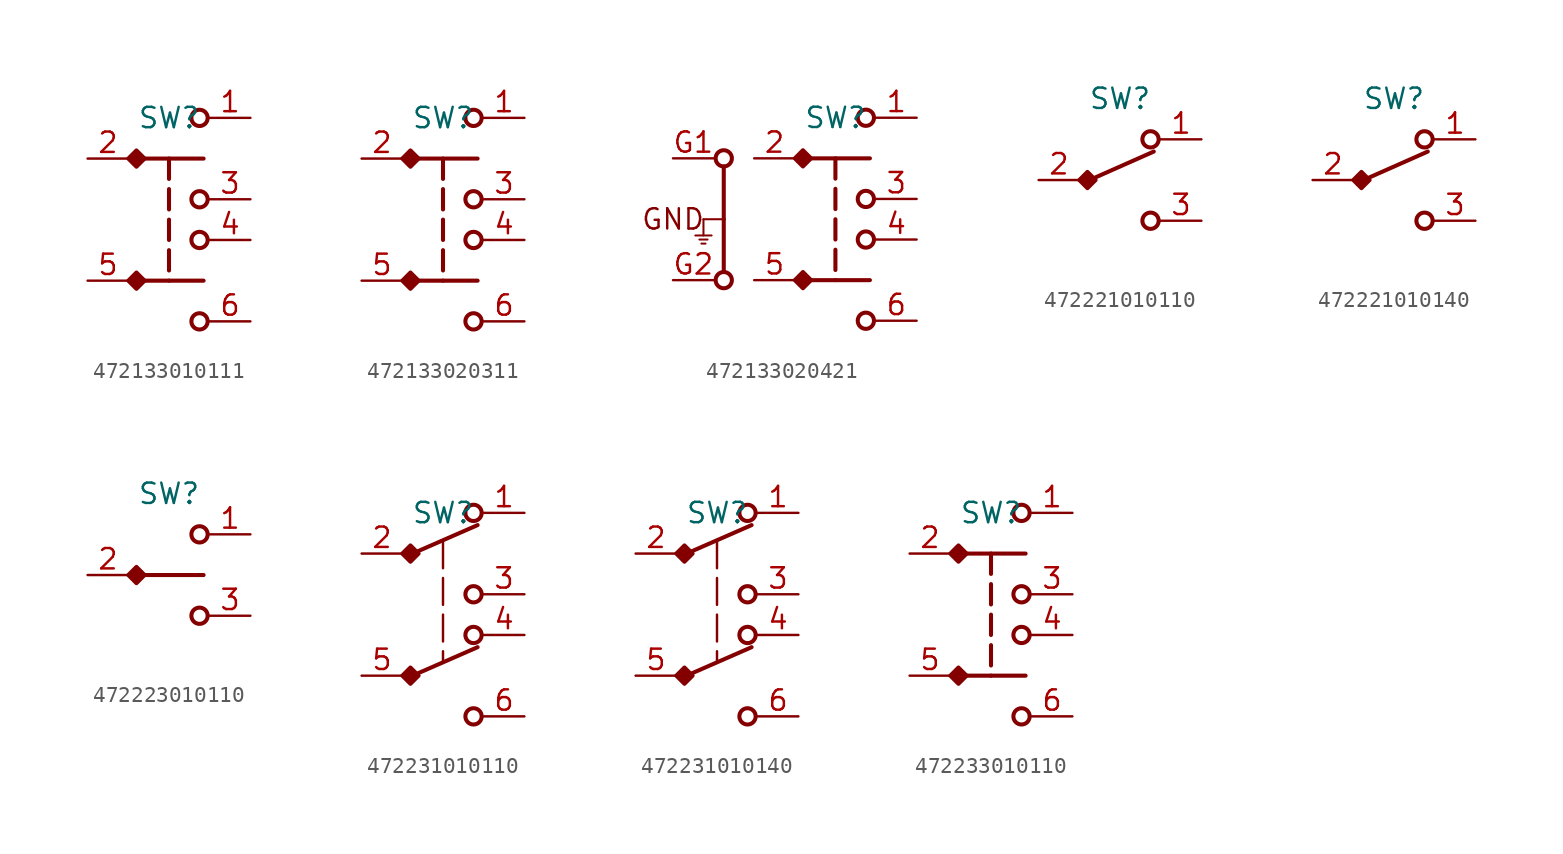
<source format=kicad_sym>
(kicad_symbol_lib
  (version 20220914)
  (generator kicad_symbol_editor)
  (symbol "472133010111"
    (pin_names hide)
    (property "Reference" "SW"
      (at 0 5.08 0)
      (effects (font (size 1.27 1.27))))
    (property "Critical Parameter" ""
      (at 0 -5.08 0)
      (effects (font (size 1.27 1.27))))
    (symbol "472133010111_0_1"
      (polyline (pts (xy -1.905 -5.08) (xy 2.159 -5.08)) (stroke (width 0.254) (type default)) (fill (type none)))
      (polyline (pts (xy -1.905 2.54) (xy 2.159 2.54)) (stroke (width 0.254) (type default)) (fill (type none)))
      (polyline (pts (xy 0 -5.08) (xy 0 -5.08)) (stroke (width 0.254) (type default)) (fill (type none)))
      (polyline (pts (xy 0 -3.175) (xy 0 -4.445)) (stroke (width 0.254) (type default)) (fill (type none)))
      (polyline (pts (xy 0 -1.27) (xy 0 -2.54)) (stroke (width 0.254) (type default)) (fill (type none)))
      (polyline (pts (xy 0 0.635) (xy 0 -0.635)) (stroke (width 0.254) (type default)) (fill (type none)))
      (polyline (pts (xy 0 2.54) (xy 0 1.27)) (stroke (width 0.254) (type default)) (fill (type none)))
      (polyline (pts (xy -2.032 -5.588) (xy -2.54 -5.08) (xy -2.032 -4.572) (xy -1.524 -5.08) (xy -2.032 -5.588)) (stroke (width 0.254) (type default)) (fill (type outline)))
      (polyline (pts (xy -2.032 2.032) (xy -2.54 2.54) (xy -2.032 3.048) (xy -1.524 2.54) (xy -2.032 2.032)) (stroke (width 0.254) (type default)) (fill (type outline)))
      (circle (center 1.905 -7.62) (radius 0.508) (stroke (width 0.254) (type default)) (fill (type none)))
      (circle (center 1.905 -2.54) (radius 0.508) (stroke (width 0.254) (type default)) (fill (type none)))
      (circle (center 1.905 0) (radius 0.508) (stroke (width 0.254) (type default)) (fill (type none)))
      (circle (center 1.905 5.08) (radius 0.508) (stroke (width 0.254) (type default)) (fill (type none)))
      (pin passive line (at 5.08 5.08 180) (length 2.54) (name "1" (effects (font (size 1.27 1.27)))) (number "1" (effects (font (size 1.27 1.27)))))
      (pin passive line (at -5.08 2.54 0) (length 2.54) (name "2" (effects (font (size 1.27 1.27)))) (number "2" (effects (font (size 1.27 1.27)))))
      (pin passive line (at 5.08 0 180) (length 2.54) (name "3" (effects (font (size 1.27 1.27)))) (number "3" (effects (font (size 1.27 1.27)))))
      (pin passive line (at 5.08 -2.54 180) (length 2.54) (name "4" (effects (font (size 1.27 1.27)))) (number "4" (effects (font (size 1.27 1.27)))))
      (pin passive line (at -5.08 -5.08 0) (length 2.54) (name "5" (effects (font (size 1.27 1.27)))) (number "5" (effects (font (size 1.27 1.27)))))
      (pin passive line (at 5.08 -7.62 180) (length 2.54) (name "6" (effects (font (size 1.27 1.27)))) (number "6" (effects (font (size 1.27 1.27)))))))
  (symbol "472133020311"
    (pin_names hide)
    (property "Reference" "SW"
      (at 0 5.08 0)
      (effects (font (size 1.27 1.27))))
    (property "Critical Parameter" ""
      (at 0 -5.08 0)
      (effects (font (size 1.27 1.27))))
    (symbol "472133020311_0_1"
      (polyline (pts (xy -1.905 -5.08) (xy 2.159 -5.08)) (stroke (width 0.254) (type default)) (fill (type none)))
      (polyline (pts (xy -1.905 2.54) (xy 2.159 2.54)) (stroke (width 0.254) (type default)) (fill (type none)))
      (polyline (pts (xy 0 -5.08) (xy 0 -5.08)) (stroke (width 0.254) (type default)) (fill (type none)))
      (polyline (pts (xy 0 -3.175) (xy 0 -4.445)) (stroke (width 0.254) (type default)) (fill (type none)))
      (polyline (pts (xy 0 -1.27) (xy 0 -2.54)) (stroke (width 0.254) (type default)) (fill (type none)))
      (polyline (pts (xy 0 0.635) (xy 0 -0.635)) (stroke (width 0.254) (type default)) (fill (type none)))
      (polyline (pts (xy 0 2.54) (xy 0 1.27)) (stroke (width 0.254) (type default)) (fill (type none)))
      (polyline (pts (xy -2.032 -5.588) (xy -2.54 -5.08) (xy -2.032 -4.572) (xy -1.524 -5.08) (xy -2.032 -5.588)) (stroke (width 0.254) (type default)) (fill (type outline)))
      (polyline (pts (xy -2.032 2.032) (xy -2.54 2.54) (xy -2.032 3.048) (xy -1.524 2.54) (xy -2.032 2.032)) (stroke (width 0.254) (type default)) (fill (type outline)))
      (circle (center 1.905 -7.62) (radius 0.508) (stroke (width 0.254) (type default)) (fill (type none)))
      (circle (center 1.905 -2.54) (radius 0.508) (stroke (width 0.254) (type default)) (fill (type none)))
      (circle (center 1.905 0) (radius 0.508) (stroke (width 0.254) (type default)) (fill (type none)))
      (circle (center 1.905 5.08) (radius 0.508) (stroke (width 0.254) (type default)) (fill (type none)))
      (pin passive line (at 5.08 5.08 180) (length 2.54) (name "1" (effects (font (size 1.27 1.27)))) (number "1" (effects (font (size 1.27 1.27)))))
      (pin passive line (at -5.08 2.54 0) (length 2.54) (name "2" (effects (font (size 1.27 1.27)))) (number "2" (effects (font (size 1.27 1.27)))))
      (pin passive line (at 5.08 0 180) (length 2.54) (name "3" (effects (font (size 1.27 1.27)))) (number "3" (effects (font (size 1.27 1.27)))))
      (pin passive line (at 5.08 -2.54 180) (length 2.54) (name "4" (effects (font (size 1.27 1.27)))) (number "4" (effects (font (size 1.27 1.27)))))
      (pin passive line (at -5.08 -5.08 0) (length 2.54) (name "5" (effects (font (size 1.27 1.27)))) (number "5" (effects (font (size 1.27 1.27)))))
      (pin passive line (at 5.08 -7.62 180) (length 2.54) (name "6" (effects (font (size 1.27 1.27)))) (number "6" (effects (font (size 1.27 1.27)))))))
  (symbol "472133020421"
    (pin_names hide)
    (property "Reference" "SW"
      (at 0 5.08 0)
      (effects (font (size 1.27 1.27))))
    (property "Critical Parameter" ""
      (at 0 -5.08 0)
      (effects (font (size 1.27 1.27))))
    (symbol "472133020421_0_0"
      (circle (center -6.985 -5.08) (radius 0.508) (stroke (width 0.254) (type default)) (fill (type none)))
      (circle (center -6.985 2.54) (radius 0.508) (stroke (width 0.254) (type default)) (fill (type none)))
      (polyline (pts (xy -8.763 -2.286) (xy -7.747 -2.286)) (stroke (width 0.127) (type default)) (fill (type none)))
      (polyline (pts (xy -8.509 -2.54) (xy -8.001 -2.54)) (stroke (width 0.127) (type default)) (fill (type none)))
      (polyline (pts (xy -8.382 -2.794) (xy -8.128 -2.794)) (stroke (width 0.127) (type default)) (fill (type none)))
      (polyline (pts (xy -8.255 -1.27) (xy -8.255 -2.286)) (stroke (width 0.127) (type default)) (fill (type none)))
      (polyline (pts (xy -6.985 -1.27) (xy -8.255 -1.27)) (stroke (width 0.127) (type default)) (fill (type none)))
      (polyline (pts (xy -6.985 -1.27) (xy -6.985 -4.572)) (stroke (width 0.254) (type default)) (fill (type none)))
      (polyline (pts (xy -6.985 2.032) (xy -6.985 -1.27)) (stroke (width 0.254) (type default)) (fill (type none)))
      (polyline (pts (xy -1.905 -5.08) (xy 2.159 -5.08)) (stroke (width 0.254) (type default)) (fill (type none)))
      (polyline (pts (xy -1.905 2.54) (xy 2.159 2.54)) (stroke (width 0.254) (type default)) (fill (type none)))
      (polyline (pts (xy 0 -5.08) (xy 0 -5.08)) (stroke (width 0.254) (type default)) (fill (type none)))
      (polyline (pts (xy 0 -3.175) (xy 0 -4.445)) (stroke (width 0.254) (type default)) (fill (type none)))
      (polyline (pts (xy 0 -1.27) (xy 0 -2.54)) (stroke (width 0.254) (type default)) (fill (type none)))
      (polyline (pts (xy 0 0.635) (xy 0 -0.635)) (stroke (width 0.254) (type default)) (fill (type none)))
      (polyline (pts (xy 0 2.54) (xy 0 1.27)) (stroke (width 0.254) (type default)) (fill (type none)))
      (polyline (pts (xy -2.032 -5.588) (xy -2.54 -5.08) (xy -2.032 -4.572) (xy -1.524 -5.08) (xy -2.032 -5.588)) (stroke (width 0.254) (type default)) (fill (type outline)))
      (polyline (pts (xy -2.032 2.032) (xy -2.54 2.54) (xy -2.032 3.048) (xy -1.524 2.54) (xy -2.032 2.032)) (stroke (width 0.254) (type default)) (fill (type outline)))
      (circle (center 1.905 -7.62) (radius 0.508) (stroke (width 0.254) (type default)) (fill (type none)))
      (circle (center 1.905 -2.54) (radius 0.508) (stroke (width 0.254) (type default)) (fill (type none)))
      (circle (center 1.905 0) (radius 0.508) (stroke (width 0.254) (type default)) (fill (type none)))
      (circle (center 1.905 5.08) (radius 0.508) (stroke (width 0.254) (type default)) (fill (type none)))
      (pin passive line (at 5.08 5.08 180) (length 2.54) (name "1" (effects (font (size 1.27 1.27)))) (number "1" (effects (font (size 1.27 1.27)))))
      (pin passive line (at -5.08 2.54 0) (length 2.54) (name "2" (effects (font (size 1.27 1.27)))) (number "2" (effects (font (size 1.27 1.27)))))
      (pin passive line (at 5.08 0 180) (length 2.54) (name "3" (effects (font (size 1.27 1.27)))) (number "3" (effects (font (size 1.27 1.27)))))
      (pin passive line (at 5.08 -2.54 180) (length 2.54) (name "4" (effects (font (size 1.27 1.27)))) (number "4" (effects (font (size 1.27 1.27)))))
      (pin passive line (at -5.08 -5.08 0) (length 2.54) (name "5" (effects (font (size 1.27 1.27)))) (number "5" (effects (font (size 1.27 1.27)))))
      (pin passive line (at 5.08 -7.62 180) (length 2.54) (name "6" (effects (font (size 1.27 1.27)))) (number "6" (effects (font (size 1.27 1.27)))))
      (pin passive line (at -10.16 2.54 0) (length 2.54) (name "G1" (effects (font (size 1.27 1.27)))) (number "G1" (effects (font (size 1.27 1.27)))))
      (pin passive line (at -10.16 -5.08 0) (length 2.54) (name "G2" (effects (font (size 1.27 1.27)))) (number "G2" (effects (font (size 1.27 1.27))))))
    (symbol "472133020421_1_0"
      (text "GND" (at -10.16 -1.27 0) (effects (font (size 1.27 1.27))))))
  (symbol "472221010110"
    (pin_names hide)
    (property "Reference" "SW"
      (at 0 5.08 0)
      (effects (font (size 1.27 1.27))))
    (property "Critical Parameter" ""
      (at 0 -5.08 0)
      (effects (font (size 1.27 1.27))))
    (symbol "472221010110_0_0"
      (polyline (pts (xy -1.905 0) (xy 2.108 1.778)) (stroke (width 0.254) (type default)) (fill (type none)))
      (polyline (pts (xy -2.032 -0.508) (xy -2.54 0) (xy -2.032 0.508) (xy -1.524 0) (xy -2.032 -0.508)) (stroke (width 0.254) (type default)) (fill (type outline)))
      (circle (center 1.905 -2.54) (radius 0.508) (stroke (width 0.254) (type default)) (fill (type none)))
      (circle (center 1.905 2.54) (radius 0.508) (stroke (width 0.254) (type default)) (fill (type none)))
      (pin passive line (at 5.08 2.54 180) (length 2.54) (name "1" (effects (font (size 1.27 1.27)))) (number "1" (effects (font (size 1.27 1.27)))))
      (pin passive line (at -5.08 0 0) (length 2.54) (name "2" (effects (font (size 1.27 1.27)))) (number "2" (effects (font (size 1.27 1.27)))))
      (pin passive line (at 5.08 -2.54 180) (length 2.54) (name "3" (effects (font (size 1.27 1.27)))) (number "3" (effects (font (size 1.27 1.27)))))))
  (symbol "472221010140"
    (pin_names hide)
    (property "Reference" "SW"
      (at 0 5.08 0)
      (effects (font (size 1.27 1.27))))
    (property "Critical Parameter" ""
      (at 0 -5.08 0)
      (effects (font (size 1.27 1.27))))
    (symbol "472221010140_0_0"
      (polyline (pts (xy -1.905 0) (xy 2.108 1.778)) (stroke (width 0.254) (type default)) (fill (type none)))
      (polyline (pts (xy -2.032 -0.508) (xy -2.54 0) (xy -2.032 0.508) (xy -1.524 0) (xy -2.032 -0.508)) (stroke (width 0.254) (type default)) (fill (type outline)))
      (circle (center 1.905 -2.54) (radius 0.508) (stroke (width 0.254) (type default)) (fill (type none)))
      (circle (center 1.905 2.54) (radius 0.508) (stroke (width 0.254) (type default)) (fill (type none)))
      (pin passive line (at 5.08 2.54 180) (length 2.54) (name "1" (effects (font (size 1.27 1.27)))) (number "1" (effects (font (size 1.27 1.27)))))
      (pin passive line (at -5.08 0 0) (length 2.54) (name "2" (effects (font (size 1.27 1.27)))) (number "2" (effects (font (size 1.27 1.27)))))
      (pin passive line (at 5.08 -2.54 180) (length 2.54) (name "3" (effects (font (size 1.27 1.27)))) (number "3" (effects (font (size 1.27 1.27)))))))
  (symbol "472223010110"
    (pin_names hide)
    (property "Reference" "SW"
      (at 0 5.08 0)
      (effects (font (size 1.27 1.27))))
    (property "Critical Parameter" ""
      (at 0 -5.08 0)
      (effects (font (size 1.27 1.27))))
    (symbol "472223010110_0_0"
      (polyline (pts (xy -1.905 0) (xy 2.159 0)) (stroke (width 0.254) (type default)) (fill (type none)))
      (polyline (pts (xy -2.032 -0.508) (xy -2.54 0) (xy -2.032 0.508) (xy -1.524 0) (xy -2.032 -0.508)) (stroke (width 0.254) (type default)) (fill (type outline)))
      (circle (center 1.905 -2.54) (radius 0.508) (stroke (width 0.254) (type default)) (fill (type none)))
      (circle (center 1.905 2.54) (radius 0.508) (stroke (width 0.254) (type default)) (fill (type none)))
      (pin passive line (at 5.08 2.54 180) (length 2.54) (name "1" (effects (font (size 1.27 1.27)))) (number "1" (effects (font (size 1.27 1.27)))))
      (pin passive line (at -5.08 0 0) (length 2.54) (name "2" (effects (font (size 1.27 1.27)))) (number "2" (effects (font (size 1.27 1.27)))))
      (pin passive line (at 5.08 -2.54 180) (length 2.54) (name "3" (effects (font (size 1.27 1.27)))) (number "3" (effects (font (size 1.27 1.27)))))))
  (symbol "472231010110"
    (pin_names hide)
    (property "Reference" "SW"
      (at 0 5.08 0)
      (effects (font (size 1.27 1.27))))
    (property "Critical Parameter" ""
      (at 0 -5.08 0)
      (effects (font (size 1.27 1.27))))
    (symbol "472231010110_0_0"
      (polyline (pts (xy -1.905 -5.08) (xy 2.159 -3.302)) (stroke (width 0.254) (type default)) (fill (type none)))
      (polyline (pts (xy -1.905 2.54) (xy 2.159 4.318)) (stroke (width 0.254) (type default)) (fill (type none)))
      (polyline (pts (xy -2.032 -5.588) (xy -2.54 -5.08) (xy -2.032 -4.572) (xy -1.524 -5.08) (xy -2.032 -5.588)) (stroke (width 0.254) (type default)) (fill (type outline)))
      (polyline (pts (xy -2.032 2.032) (xy -2.54 2.54) (xy -2.032 3.048) (xy -1.524 2.54) (xy -2.032 2.032)) (stroke (width 0.254) (type default)) (fill (type outline)))
      (circle (center 1.905 -7.62) (radius 0.508) (stroke (width 0.254) (type default)) (fill (type none)))
      (circle (center 1.905 -2.54) (radius 0.508) (stroke (width 0.254) (type default)) (fill (type none)))
      (circle (center 1.905 0) (radius 0.508) (stroke (width 0.254) (type default)) (fill (type none)))
      (circle (center 1.905 5.08) (radius 0.508) (stroke (width 0.254) (type default)) (fill (type none)))
      (pin passive line (at 5.08 5.08 180) (length 2.54) (name "1" (effects (font (size 1.27 1.27)))) (number "1" (effects (font (size 1.27 1.27)))))
      (pin passive line (at -5.08 2.54 0) (length 2.54) (name "2" (effects (font (size 1.27 1.27)))) (number "2" (effects (font (size 1.27 1.27)))))
      (pin passive line (at 5.08 0 180) (length 2.54) (name "3" (effects (font (size 1.27 1.27)))) (number "3" (effects (font (size 1.27 1.27)))))
      (pin passive line (at 5.08 -2.54 180) (length 2.54) (name "4" (effects (font (size 1.27 1.27)))) (number "4" (effects (font (size 1.27 1.27)))))
      (pin passive line (at -5.08 -5.08 0) (length 2.54) (name "5" (effects (font (size 1.27 1.27)))) (number "5" (effects (font (size 1.27 1.27)))))
      (pin passive line (at 5.08 -7.62 180) (length 2.54) (name "6" (effects (font (size 1.27 1.27)))) (number "6" (effects (font (size 1.27 1.27))))))
    (symbol "472231010110_1_0"
      (polyline (pts (xy 0 3.302) (xy 0 -4.191)) (stroke (width 0) (type dash)) (fill (type none)))))
  (symbol "472231010140"
    (pin_names hide)
    (property "Reference" "SW"
      (at 0 5.08 0)
      (effects (font (size 1.27 1.27))))
    (property "Critical Parameter" ""
      (at 0 -5.08 0)
      (effects (font (size 1.27 1.27))))
    (symbol "472231010140_0_0"
      (polyline (pts (xy -1.905 -5.08) (xy 2.159 -3.302)) (stroke (width 0.254) (type default)) (fill (type none)))
      (polyline (pts (xy -1.905 2.54) (xy 2.159 4.318)) (stroke (width 0.254) (type default)) (fill (type none)))
      (polyline (pts (xy -2.032 -5.588) (xy -2.54 -5.08) (xy -2.032 -4.572) (xy -1.524 -5.08) (xy -2.032 -5.588)) (stroke (width 0.254) (type default)) (fill (type outline)))
      (polyline (pts (xy -2.032 2.032) (xy -2.54 2.54) (xy -2.032 3.048) (xy -1.524 2.54) (xy -2.032 2.032)) (stroke (width 0.254) (type default)) (fill (type outline)))
      (circle (center 1.905 -7.62) (radius 0.508) (stroke (width 0.254) (type default)) (fill (type none)))
      (circle (center 1.905 -2.54) (radius 0.508) (stroke (width 0.254) (type default)) (fill (type none)))
      (circle (center 1.905 0) (radius 0.508) (stroke (width 0.254) (type default)) (fill (type none)))
      (circle (center 1.905 5.08) (radius 0.508) (stroke (width 0.254) (type default)) (fill (type none)))
      (pin passive line (at 5.08 5.08 180) (length 2.54) (name "1" (effects (font (size 1.27 1.27)))) (number "1" (effects (font (size 1.27 1.27)))))
      (pin passive line (at -5.08 2.54 0) (length 2.54) (name "2" (effects (font (size 1.27 1.27)))) (number "2" (effects (font (size 1.27 1.27)))))
      (pin passive line (at 5.08 0 180) (length 2.54) (name "3" (effects (font (size 1.27 1.27)))) (number "3" (effects (font (size 1.27 1.27)))))
      (pin passive line (at 5.08 -2.54 180) (length 2.54) (name "4" (effects (font (size 1.27 1.27)))) (number "4" (effects (font (size 1.27 1.27)))))
      (pin passive line (at -5.08 -5.08 0) (length 2.54) (name "5" (effects (font (size 1.27 1.27)))) (number "5" (effects (font (size 1.27 1.27)))))
      (pin passive line (at 5.08 -7.62 180) (length 2.54) (name "6" (effects (font (size 1.27 1.27)))) (number "6" (effects (font (size 1.27 1.27))))))
    (symbol "472231010140_1_0"
      (polyline (pts (xy 0 3.302) (xy 0 -4.191)) (stroke (width 0) (type dash)) (fill (type none)))))
  (symbol "472233010110"
    (pin_names hide)
    (property "Reference" "SW"
      (at 0 5.08 0)
      (effects (font (size 1.27 1.27))))
    (property "Critical Parameter" ""
      (at 0 -5.08 0)
      (effects (font (size 1.27 1.27))))
    (symbol "472233010110_0_0"
      (polyline (pts (xy -1.905 -5.08) (xy 2.159 -5.08)) (stroke (width 0.254) (type default)) (fill (type none)))
      (polyline (pts (xy -1.905 2.54) (xy 2.159 2.54)) (stroke (width 0.254) (type default)) (fill (type none)))
      (polyline (pts (xy 0 -5.08) (xy 0 -5.08)) (stroke (width 0.254) (type default)) (fill (type none)))
      (polyline (pts (xy 0 -3.175) (xy 0 -4.445)) (stroke (width 0.254) (type default)) (fill (type none)))
      (polyline (pts (xy 0 -1.27) (xy 0 -2.54)) (stroke (width 0.254) (type default)) (fill (type none)))
      (polyline (pts (xy 0 0.635) (xy 0 -0.635)) (stroke (width 0.254) (type default)) (fill (type none)))
      (polyline (pts (xy 0 2.54) (xy 0 1.27)) (stroke (width 0.254) (type default)) (fill (type none)))
      (polyline (pts (xy -2.032 -5.588) (xy -2.54 -5.08) (xy -2.032 -4.572) (xy -1.524 -5.08) (xy -2.032 -5.588)) (stroke (width 0.254) (type default)) (fill (type outline)))
      (polyline (pts (xy -2.032 2.032) (xy -2.54 2.54) (xy -2.032 3.048) (xy -1.524 2.54) (xy -2.032 2.032)) (stroke (width 0.254) (type default)) (fill (type outline)))
      (circle (center 1.905 -7.62) (radius 0.508) (stroke (width 0.254) (type default)) (fill (type none)))
      (circle (center 1.905 -2.54) (radius 0.508) (stroke (width 0.254) (type default)) (fill (type none)))
      (circle (center 1.905 0) (radius 0.508) (stroke (width 0.254) (type default)) (fill (type none)))
      (circle (center 1.905 5.08) (radius 0.508) (stroke (width 0.254) (type default)) (fill (type none)))
      (pin passive line (at 5.08 5.08 180) (length 2.54) (name "1" (effects (font (size 1.27 1.27)))) (number "1" (effects (font (size 1.27 1.27)))))
      (pin passive line (at -5.08 2.54 0) (length 2.54) (name "2" (effects (font (size 1.27 1.27)))) (number "2" (effects (font (size 1.27 1.27)))))
      (pin passive line (at 5.08 0 180) (length 2.54) (name "3" (effects (font (size 1.27 1.27)))) (number "3" (effects (font (size 1.27 1.27)))))
      (pin passive line (at 5.08 -2.54 180) (length 2.54) (name "4" (effects (font (size 1.27 1.27)))) (number "4" (effects (font (size 1.27 1.27)))))
      (pin passive line (at -5.08 -5.08 0) (length 2.54) (name "5" (effects (font (size 1.27 1.27)))) (number "5" (effects (font (size 1.27 1.27)))))
      (pin passive line (at 5.08 -7.62 180) (length 2.54) (name "6" (effects (font (size 1.27 1.27)))) (number "6" (effects (font (size 1.27 1.27))))))))
</source>
